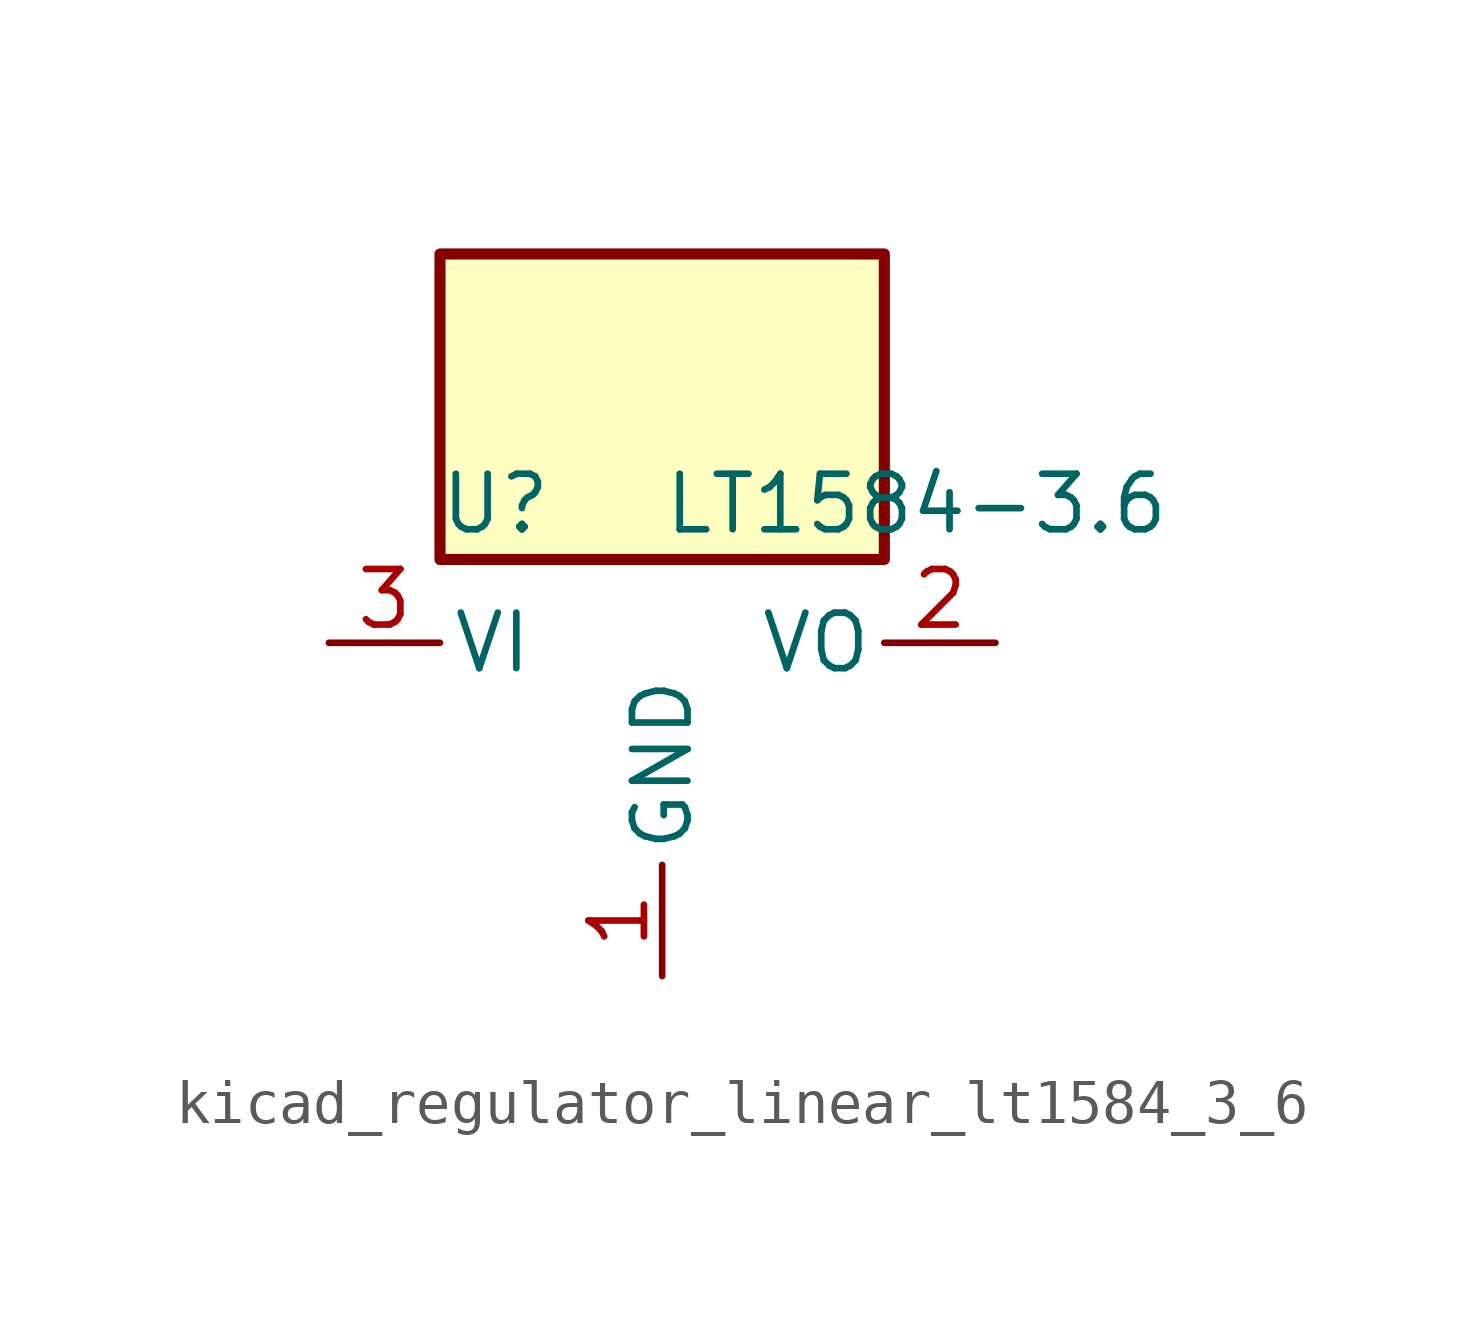
<source format=kicad_sym>
(kicad_symbol_lib
  (version 20220914)
  (generator kicad_symbol_editor)
  (symbol "kicad_regulator_linear_lt1584_3_6"
    (pin_names
      (offset 0.254))
    (property "Reference" "U"
      (at -3.81 3.175 0)
      (effects (font (size 1.27 1.27))))
    (property "Value" "LT1584-3.6"
      (at 0 3.175 0)
      (effects (font (size 1.27 1.27)) (justify left)))
    (symbol "kicad_regulator_linear_lt1584_3_6_0_1"
      (rectangle (start 5.08 8.89) (end -5.08 1.905) (stroke (width 0.254) (type default)) (fill (type background))))
    (symbol "kicad_regulator_linear_lt1584_3_6_1_1"
      (pin power_in line (at 0 -7.62 90) (length 2.54) (name "GND" (effects (font (size 1.27 1.27)))) (number "1" (effects (font (size 1.27 1.27)))))
      (pin power_out line (at 7.62 0 180) (length 2.54) (name "VO" (effects (font (size 1.27 1.27)))) (number "2" (effects (font (size 1.27 1.27)))))
      (pin power_in line (at -7.62 0 0) (length 2.54) (name "VI" (effects (font (size 1.27 1.27)))) (number "3" (effects (font (size 1.27 1.27))))))))
</source>
